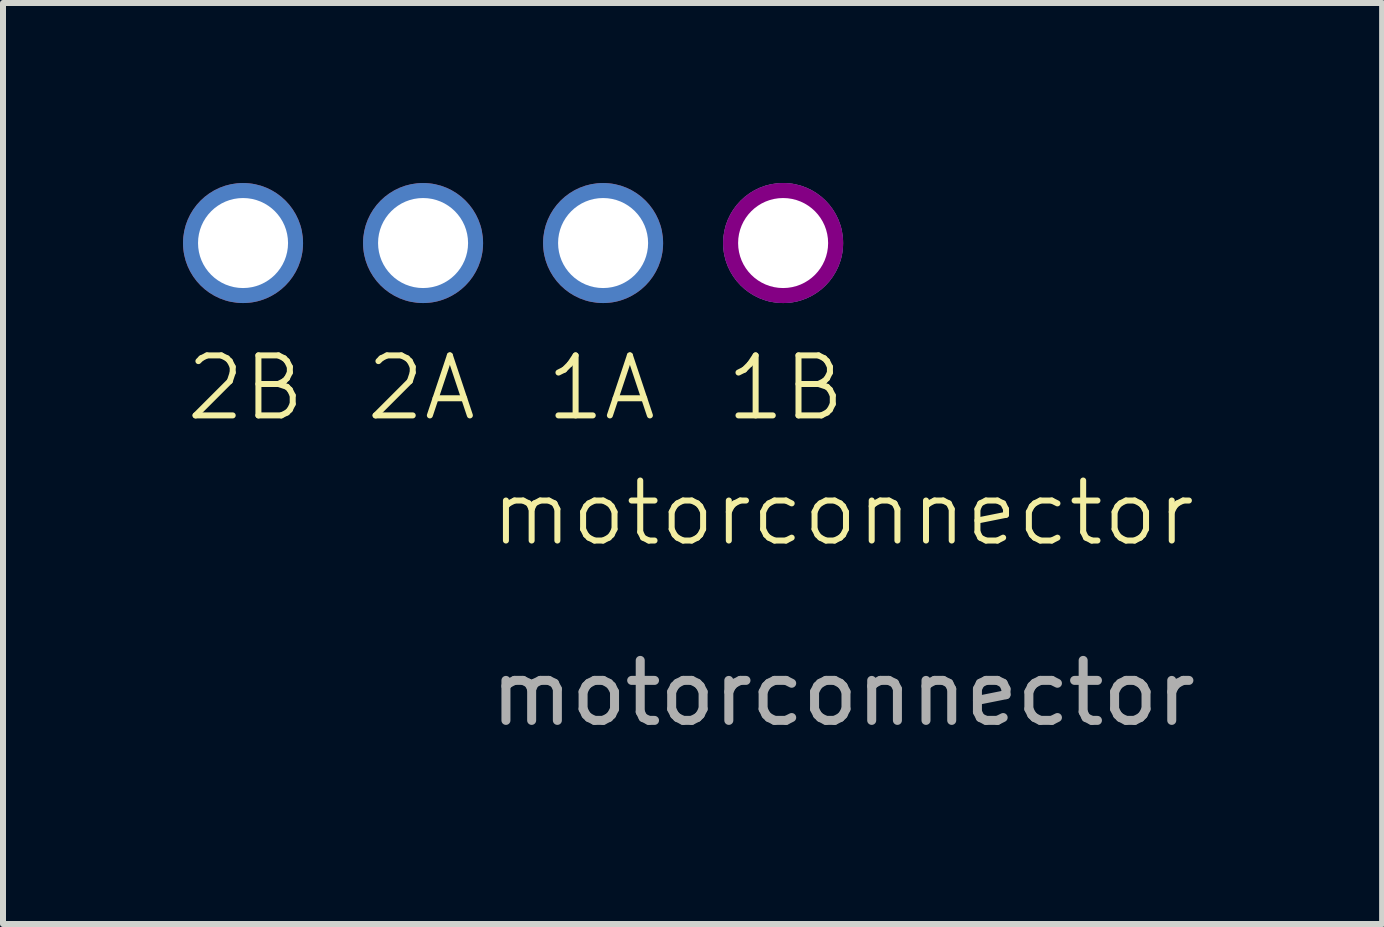
<source format=kicad_pcb>
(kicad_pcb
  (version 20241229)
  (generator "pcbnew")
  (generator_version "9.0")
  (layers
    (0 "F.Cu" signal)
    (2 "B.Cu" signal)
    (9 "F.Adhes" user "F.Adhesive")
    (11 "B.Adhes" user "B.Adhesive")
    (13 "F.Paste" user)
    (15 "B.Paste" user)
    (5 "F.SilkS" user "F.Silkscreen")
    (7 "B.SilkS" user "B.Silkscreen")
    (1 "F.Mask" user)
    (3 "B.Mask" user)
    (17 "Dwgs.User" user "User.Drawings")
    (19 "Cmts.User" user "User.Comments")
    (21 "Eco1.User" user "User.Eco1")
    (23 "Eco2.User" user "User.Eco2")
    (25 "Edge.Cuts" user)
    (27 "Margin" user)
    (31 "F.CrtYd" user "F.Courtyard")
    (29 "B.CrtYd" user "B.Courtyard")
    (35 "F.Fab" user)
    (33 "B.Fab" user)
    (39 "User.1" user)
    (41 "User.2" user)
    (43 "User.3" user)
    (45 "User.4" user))
  (footprint "motorconnector"
    (layer "F.Cu")
    (at 11 6)
    (property "Reference" "motorconnector" (at 0 -0.5 0) (unlocked yes) (layer "F.SilkS") (effects (font (size 1 1) (thickness 0.1))))
    (attr smd)
    (fp_text user "2B" (at -11 -2 0) (unlocked yes) (layer "F.SilkS") (effects (font (size 1 1) (thickness 0.1)) (justify left bottom)))
    (fp_text user "1B" (at -2 -2 0) (unlocked yes) (layer "F.SilkS") (effects (font (size 1 1) (thickness 0.1)) (justify left bottom)))
    (fp_text user "2A" (at -8 -2 0) (unlocked yes) (layer "F.SilkS") (effects (font (size 1 1) (thickness 0.1)) (justify left bottom)))
    (fp_text user "1A" (at -5 -2 0) (unlocked yes) (layer "F.SilkS") (effects (font (size 1 1) (thickness 0.1)) (justify left bottom)))
    (fp_text user "${REFERENCE}" (at 0 2.5 0) (unlocked yes) (layer "F.Fab") (effects (font (size 1 1) (thickness 0.15))))
    (pad "1" thru_hole circle (at -10 -5) (size 2 2) (drill 1.5) (layers "*.Cu" "*.Mask"))
    (pad "2" thru_hole circle (at -7 -5) (size 2 2) (drill 1.5) (layers "*.Cu" "*.Mask"))
    (pad "3" thru_hole circle (at -4 -5) (size 2 2) (drill 1.5) (layers "*.Cu" "*.Mask"))
    (pad "4" thru_hole circle (at -1 -5) (size 2 2) (drill 1.5) (layers "*.Cu" "*.Mask" "F.Adhes")))
  (gr_rect
    (start -3 -3)
    (end 19.982 12.348)
    (stroke (width 0.1) (type default))
    (fill no)
    (layer "Edge.Cuts")))
</source>
